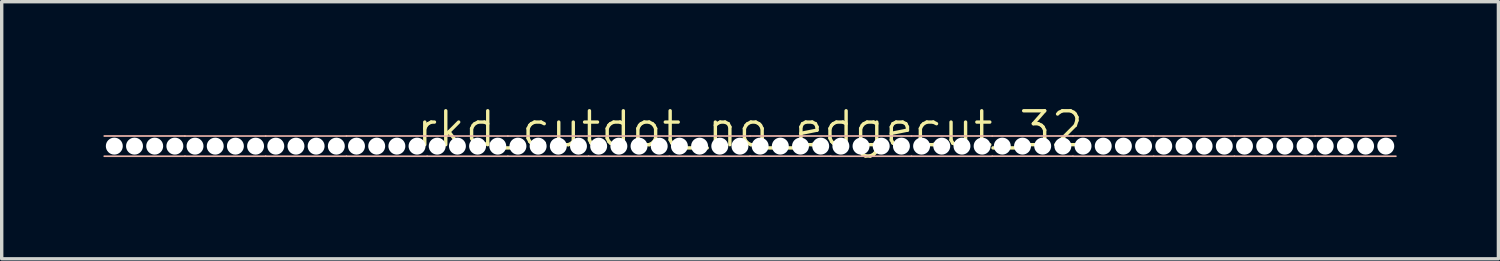
<source format=kicad_pcb>
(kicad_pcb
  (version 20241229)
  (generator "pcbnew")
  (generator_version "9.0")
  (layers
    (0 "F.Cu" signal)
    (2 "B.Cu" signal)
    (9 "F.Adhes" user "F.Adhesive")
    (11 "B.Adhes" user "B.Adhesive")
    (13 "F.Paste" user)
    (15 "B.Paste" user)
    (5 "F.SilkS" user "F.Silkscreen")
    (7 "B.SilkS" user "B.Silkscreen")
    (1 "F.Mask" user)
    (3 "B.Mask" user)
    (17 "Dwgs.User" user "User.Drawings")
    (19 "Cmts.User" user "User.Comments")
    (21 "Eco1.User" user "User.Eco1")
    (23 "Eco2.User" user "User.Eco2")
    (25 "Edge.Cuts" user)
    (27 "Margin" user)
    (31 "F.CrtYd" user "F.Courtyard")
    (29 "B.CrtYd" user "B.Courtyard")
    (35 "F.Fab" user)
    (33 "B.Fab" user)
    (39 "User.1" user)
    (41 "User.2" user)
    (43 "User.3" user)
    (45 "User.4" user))
  (footprint "rkd_cutdot_no_edgecut_32"
    (layer "F.Cu")
    (at 19.075 1.26)
    (property "Reference" "rkd_cutdot_no_edgecut_32" (at 0 -0.5 0) (unlocked yes) (layer "F.SilkS") (effects (font (size 1 1) (thickness 0.1))))
    (attr smd board_only exclude_from_pos_files exclude_from_bom)
    (fp_line (start -16.669 0.298) (end -19.05 0.298) (stroke (width 0.05) (type default)) (layer "B.SilkS"))
    (fp_line (start -16.669 -0.298) (end -19.05 -0.298) (stroke (width 0.05) (type default)) (layer "B.SilkS"))
    (fp_line (start -14.288 0.298) (end -16.669 0.298) (stroke (width 0.05) (type default)) (layer "B.SilkS"))
    (fp_line (start -14.288 -0.297) (end -16.669 -0.297) (stroke (width 0.05) (type default)) (layer "B.SilkS"))
    (fp_line (start -11.906 0.298) (end -14.288 0.298) (stroke (width 0.05) (type default)) (layer "B.SilkS"))
    (fp_line (start -11.906 -0.297) (end -14.288 -0.297) (stroke (width 0.05) (type default)) (layer "B.SilkS"))
    (fp_line (start -9.525 0.298) (end -11.906 0.298) (stroke (width 0.05) (type default)) (layer "B.SilkS"))
    (fp_line (start -9.525 -0.298) (end -11.906 -0.298) (stroke (width 0.05) (type default)) (layer "B.SilkS"))
    (fp_line (start -7.144 0.298) (end -9.525 0.298) (stroke (width 0.05) (type default)) (layer "B.SilkS"))
    (fp_line (start -7.144 -0.297) (end -9.525 -0.297) (stroke (width 0.05) (type default)) (layer "B.SilkS"))
    (fp_line (start -4.763 0.298) (end -7.144 0.298) (stroke (width 0.05) (type default)) (layer "B.SilkS"))
    (fp_line (start -4.763 -0.297) (end -7.144 -0.297) (stroke (width 0.05) (type default)) (layer "B.SilkS"))
    (fp_line (start -2.382 0.298) (end -4.763 0.298) (stroke (width 0.05) (type default)) (layer "B.SilkS"))
    (fp_line (start -2.382 -0.297) (end -4.763 -0.297) (stroke (width 0.05) (type default)) (layer "B.SilkS"))
    (fp_line (start -0.000226 0.298) (end -2.381 0.298) (stroke (width 0.05) (type default)) (layer "B.SilkS"))
    (fp_line (start -0.000225 -0.297) (end -2.381 -0.297) (stroke (width 0.05) (type default)) (layer "B.SilkS"))
    (fp_line (start 2.381 0.297) (end 0.000226 0.297) (stroke (width 0.05) (type default)) (layer "B.SilkS"))
    (fp_line (start 2.381 -0.298) (end 0.000227 -0.298) (stroke (width 0.05) (type default)) (layer "B.SilkS"))
    (fp_line (start 4.762 0.298) (end 2.381 0.298) (stroke (width 0.05) (type default)) (layer "B.SilkS"))
    (fp_line (start 4.762 -0.298) (end 2.381 -0.298) (stroke (width 0.05) (type default)) (layer "B.SilkS"))
    (fp_line (start 7.144 0.298) (end 4.762 0.298) (stroke (width 0.05) (type default)) (layer "B.SilkS"))
    (fp_line (start 7.144 -0.298) (end 4.762 -0.298) (stroke (width 0.05) (type default)) (layer "B.SilkS"))
    (fp_line (start 9.525 0.297) (end 7.144 0.297) (stroke (width 0.05) (type default)) (layer "B.SilkS"))
    (fp_line (start 9.525 -0.298) (end 7.144 -0.298) (stroke (width 0.05) (type default)) (layer "B.SilkS"))
    (fp_line (start 11.906 0.298) (end 9.525 0.298) (stroke (width 0.05) (type default)) (layer "B.SilkS"))
    (fp_line (start 11.906 -0.298) (end 9.525 -0.298) (stroke (width 0.05) (type default)) (layer "B.SilkS"))
    (fp_line (start 14.287 0.298) (end 11.906 0.298) (stroke (width 0.05) (type default)) (layer "B.SilkS"))
    (fp_line (start 14.287 -0.297) (end 11.906 -0.297) (stroke (width 0.05) (type default)) (layer "B.SilkS"))
    (fp_line (start 16.669 0.298) (end 14.287 0.298) (stroke (width 0.05) (type default)) (layer "B.SilkS"))
    (fp_line (start 16.669 -0.297) (end 14.287 -0.297) (stroke (width 0.05) (type default)) (layer "B.SilkS"))
    (fp_line (start 19.05 0.298) (end 16.669 0.298) (stroke (width 0.05) (type default)) (layer "B.SilkS"))
    (fp_line (start 19.05 -0.298) (end 16.669 -0.298) (stroke (width 0.05) (type default)) (layer "B.SilkS"))
    (pad "" np_thru_hole circle (at -18.753 0.000356 90) (size 0.5 0.5) (drill 0.5) (layers "*.Cu" "*.Mask"))
    (pad "" np_thru_hole circle (at -18.157 0.000356 90) (size 0.5 0.5) (drill 0.5) (layers "*.Cu" "*.Mask"))
    (pad "" np_thru_hole circle (at -17.562 0.000356 90) (size 0.5 0.5) (drill 0.5) (layers "*.Cu" "*.Mask"))
    (pad "" np_thru_hole circle (at -16.967 0.000356 90) (size 0.5 0.5) (drill 0.5) (layers "*.Cu" "*.Mask"))
    (pad "" np_thru_hole circle (at -16.372 0.001 90) (size 0.5 0.5) (drill 0.5) (layers "*.Cu" "*.Mask"))
    (pad "" np_thru_hole circle (at -15.776 0.001 90) (size 0.5 0.5) (drill 0.5) (layers "*.Cu" "*.Mask"))
    (pad "" np_thru_hole circle (at -15.181 0.001 90) (size 0.5 0.5) (drill 0.5) (layers "*.Cu" "*.Mask"))
    (pad "" np_thru_hole circle (at -14.586 0.001 90) (size 0.5 0.5) (drill 0.5) (layers "*.Cu" "*.Mask"))
    (pad "" np_thru_hole circle (at -13.99 0.001 90) (size 0.5 0.5) (drill 0.5) (layers "*.Cu" "*.Mask"))
    (pad "" np_thru_hole circle (at -13.395 0.001 90) (size 0.5 0.5) (drill 0.5) (layers "*.Cu" "*.Mask"))
    (pad "" np_thru_hole circle (at -12.8 0.001 90) (size 0.5 0.5) (drill 0.5) (layers "*.Cu" "*.Mask"))
    (pad "" np_thru_hole circle (at -12.204 0.001 90) (size 0.5 0.5) (drill 0.5) (layers "*.Cu" "*.Mask"))
    (pad "" np_thru_hole circle (at -11.609 0.000356 90) (size 0.5 0.5) (drill 0.5) (layers "*.Cu" "*.Mask"))
    (pad "" np_thru_hole circle (at -11.013 0.000356 90) (size 0.5 0.5) (drill 0.5) (layers "*.Cu" "*.Mask"))
    (pad "" np_thru_hole circle (at -10.418 0.000356 90) (size 0.5 0.5) (drill 0.5) (layers "*.Cu" "*.Mask"))
    (pad "" np_thru_hole circle (at -9.823 0.000356 90) (size 0.5 0.5) (drill 0.5) (layers "*.Cu" "*.Mask"))
    (pad "" np_thru_hole circle (at -9.228 0.001 90) (size 0.5 0.5) (drill 0.5) (layers "*.Cu" "*.Mask"))
    (pad "" np_thru_hole circle (at -8.632 0.001 90) (size 0.5 0.5) (drill 0.5) (layers "*.Cu" "*.Mask"))
    (pad "" np_thru_hole circle (at -8.037 0.001 90) (size 0.5 0.5) (drill 0.5) (layers "*.Cu" "*.Mask"))
    (pad "" np_thru_hole circle (at -7.442 0.001 90) (size 0.5 0.5) (drill 0.5) (layers "*.Cu" "*.Mask"))
    (pad "" np_thru_hole circle (at -6.847 0.001 90) (size 0.5 0.5) (drill 0.5) (layers "*.Cu" "*.Mask"))
    (pad "" np_thru_hole circle (at -6.251 0.001 90) (size 0.5 0.5) (drill 0.5) (layers "*.Cu" "*.Mask"))
    (pad "" np_thru_hole circle (at -5.656 0.001 90) (size 0.5 0.5) (drill 0.5) (layers "*.Cu" "*.Mask"))
    (pad "" np_thru_hole circle (at -5.061 0.001 90) (size 0.5 0.5) (drill 0.5) (layers "*.Cu" "*.Mask"))
    (pad "" np_thru_hole circle (at -4.466 0.001 90) (size 0.5 0.5) (drill 0.5) (layers "*.Cu" "*.Mask"))
    (pad "" np_thru_hole circle (at -3.87 0.001 90) (size 0.5 0.5) (drill 0.5) (layers "*.Cu" "*.Mask"))
    (pad "" np_thru_hole circle (at -3.275 0.001 90) (size 0.5 0.5) (drill 0.5) (layers "*.Cu" "*.Mask"))
    (pad "" np_thru_hole circle (at -2.68 0.001 90) (size 0.5 0.5) (drill 0.5) (layers "*.Cu" "*.Mask"))
    (pad "" np_thru_hole circle (at -2.084 0.001 90) (size 0.5 0.5) (drill 0.5) (layers "*.Cu" "*.Mask"))
    (pad "" np_thru_hole circle (at -1.489 0.001 90) (size 0.5 0.5) (drill 0.5) (layers "*.Cu" "*.Mask"))
    (pad "" np_thru_hole circle (at -0.893 0.001 90) (size 0.5 0.5) (drill 0.5) (layers "*.Cu" "*.Mask"))
    (pad "" np_thru_hole circle (at -0.298 0.001 90) (size 0.5 0.5) (drill 0.5) (layers "*.Cu" "*.Mask"))
    (pad "" np_thru_hole circle (at 0.298 0 90) (size 0.5 0.5) (drill 0.5) (layers "*.Cu" "*.Mask"))
    (pad "" np_thru_hole circle (at 0.893 0 90) (size 0.5 0.5) (drill 0.5) (layers "*.Cu" "*.Mask"))
    (pad "" np_thru_hole circle (at 1.488 0 90) (size 0.5 0.5) (drill 0.5) (layers "*.Cu" "*.Mask"))
    (pad "" np_thru_hole circle (at 2.084 0 90) (size 0.5 0.5) (drill 0.5) (layers "*.Cu" "*.Mask"))
    (pad "" np_thru_hole circle (at 2.679 0.000355 90) (size 0.5 0.5) (drill 0.5) (layers "*.Cu" "*.Mask"))
    (pad "" np_thru_hole circle (at 3.274 0.000355 90) (size 0.5 0.5) (drill 0.5) (layers "*.Cu" "*.Mask"))
    (pad "" np_thru_hole circle (at 3.869 0.000355 90) (size 0.5 0.5) (drill 0.5) (layers "*.Cu" "*.Mask"))
    (pad "" np_thru_hole circle (at 4.465 0.000355 90) (size 0.5 0.5) (drill 0.5) (layers "*.Cu" "*.Mask"))
    (pad "" np_thru_hole circle (at 5.06 0.000356 90) (size 0.5 0.5) (drill 0.5) (layers "*.Cu" "*.Mask"))
    (pad "" np_thru_hole circle (at 5.655 0.000356 90) (size 0.5 0.5) (drill 0.5) (layers "*.Cu" "*.Mask"))
    (pad "" np_thru_hole circle (at 6.251 0.000356 90) (size 0.5 0.5) (drill 0.5) (layers "*.Cu" "*.Mask"))
    (pad "" np_thru_hole circle (at 6.846 0.000356 90) (size 0.5 0.5) (drill 0.5) (layers "*.Cu" "*.Mask"))
    (pad "" np_thru_hole circle (at 7.441 0 90) (size 0.5 0.5) (drill 0.5) (layers "*.Cu" "*.Mask"))
    (pad "" np_thru_hole circle (at 8.037 0 90) (size 0.5 0.5) (drill 0.5) (layers "*.Cu" "*.Mask"))
    (pad "" np_thru_hole circle (at 8.632 0 90) (size 0.5 0.5) (drill 0.5) (layers "*.Cu" "*.Mask"))
    (pad "" np_thru_hole circle (at 9.227 0 90) (size 0.5 0.5) (drill 0.5) (layers "*.Cu" "*.Mask"))
    (pad "" np_thru_hole circle (at 9.822 0.000356 90) (size 0.5 0.5) (drill 0.5) (layers "*.Cu" "*.Mask"))
    (pad "" np_thru_hole circle (at 10.418 0.000356 90) (size 0.5 0.5) (drill 0.5) (layers "*.Cu" "*.Mask"))
    (pad "" np_thru_hole circle (at 11.013 0.000356 90) (size 0.5 0.5) (drill 0.5) (layers "*.Cu" "*.Mask"))
    (pad "" np_thru_hole circle (at 11.608 0.000356 90) (size 0.5 0.5) (drill 0.5) (layers "*.Cu" "*.Mask"))
    (pad "" np_thru_hole circle (at 12.203 0.001 90) (size 0.5 0.5) (drill 0.5) (layers "*.Cu" "*.Mask"))
    (pad "" np_thru_hole circle (at 12.799 0.001 90) (size 0.5 0.5) (drill 0.5) (layers "*.Cu" "*.Mask"))
    (pad "" np_thru_hole circle (at 13.394 0.001 90) (size 0.5 0.5) (drill 0.5) (layers "*.Cu" "*.Mask"))
    (pad "" np_thru_hole circle (at 13.989 0.001 90) (size 0.5 0.5) (drill 0.5) (layers "*.Cu" "*.Mask"))
    (pad "" np_thru_hole circle (at 14.585 0.001 90) (size 0.5 0.5) (drill 0.5) (layers "*.Cu" "*.Mask"))
    (pad "" np_thru_hole circle (at 15.18 0.001 90) (size 0.5 0.5) (drill 0.5) (layers "*.Cu" "*.Mask"))
    (pad "" np_thru_hole circle (at 15.775 0.001 90) (size 0.5 0.5) (drill 0.5) (layers "*.Cu" "*.Mask"))
    (pad "" np_thru_hole circle (at 16.371 0.001 90) (size 0.5 0.5) (drill 0.5) (layers "*.Cu" "*.Mask"))
    (pad "" np_thru_hole circle (at 16.966 0.000356 90) (size 0.5 0.5) (drill 0.5) (layers "*.Cu" "*.Mask"))
    (pad "" np_thru_hole circle (at 17.561 0.000356 90) (size 0.5 0.5) (drill 0.5) (layers "*.Cu" "*.Mask"))
    (pad "" np_thru_hole circle (at 18.157 0.000356 90) (size 0.5 0.5) (drill 0.5) (layers "*.Cu" "*.Mask"))
    (pad "" np_thru_hole circle (at 18.752 0.000356 90) (size 0.5 0.5) (drill 0.5) (layers "*.Cu" "*.Mask")))
  (gr_rect
    (start -3 -3)
    (end 41.15 4.584)
    (stroke (width 0.1) (type default))
    (fill no)
    (layer "Edge.Cuts")))
</source>
